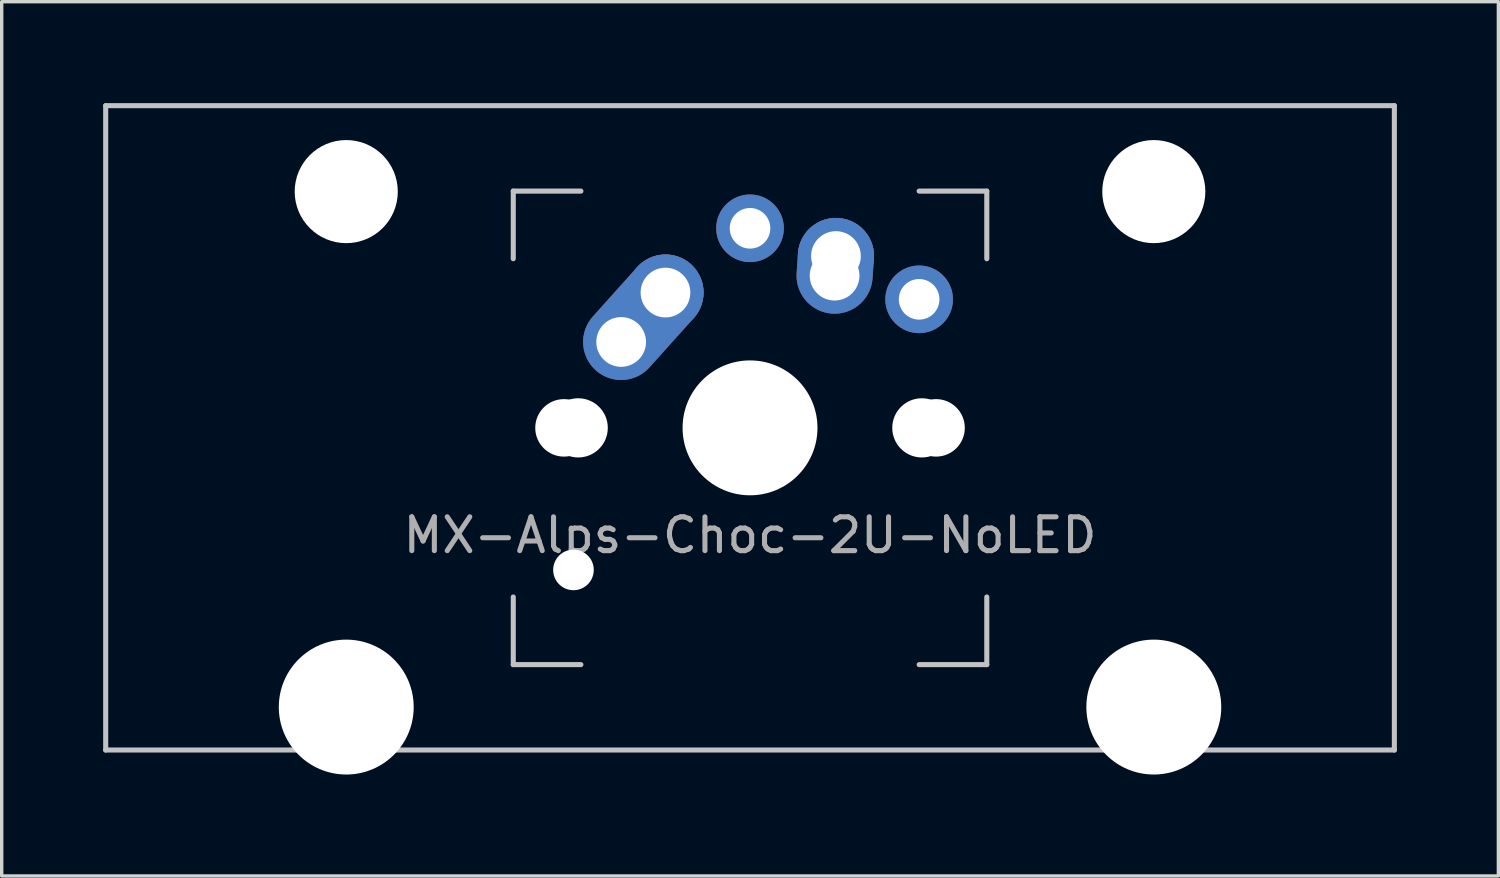
<source format=kicad_pcb>
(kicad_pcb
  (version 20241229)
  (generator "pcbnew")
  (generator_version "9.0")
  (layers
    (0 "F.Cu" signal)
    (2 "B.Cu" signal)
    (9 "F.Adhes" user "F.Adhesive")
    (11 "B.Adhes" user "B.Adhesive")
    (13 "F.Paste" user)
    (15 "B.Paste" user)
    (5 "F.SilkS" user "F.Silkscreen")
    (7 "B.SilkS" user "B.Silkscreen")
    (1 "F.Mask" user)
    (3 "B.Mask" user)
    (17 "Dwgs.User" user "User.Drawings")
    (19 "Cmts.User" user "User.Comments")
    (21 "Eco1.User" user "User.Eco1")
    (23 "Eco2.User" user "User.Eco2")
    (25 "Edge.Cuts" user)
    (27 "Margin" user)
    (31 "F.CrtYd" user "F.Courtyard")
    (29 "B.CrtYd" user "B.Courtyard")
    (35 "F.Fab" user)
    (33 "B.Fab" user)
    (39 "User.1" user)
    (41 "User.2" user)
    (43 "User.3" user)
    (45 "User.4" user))
  (footprint "MX-Alps-Choc-2U-NoLED"
    (layer "F.Cu")
    (at 19.125 9.6)
    (property "Reference" "MX-Alps-Choc-2U-NoLED" (at 0 3.175 0) (layer "F.Fab") (effects (font (size 1 1) (thickness 0.15))))
    (attr through_hole)
    (fp_line (start -19.05 -9.525) (end 19.05 -9.525) (stroke (width 0.15) (type solid)) (layer "Dwgs.User"))
    (fp_line (start -19.05 9.525) (end -19.05 -9.525) (stroke (width 0.15) (type solid)) (layer "Dwgs.User"))
    (fp_line (start -7 -7) (end -7 -5) (stroke (width 0.15) (type solid)) (layer "Dwgs.User"))
    (fp_line (start -7 5) (end -7 7) (stroke (width 0.15) (type solid)) (layer "Dwgs.User"))
    (fp_line (start -7 7) (end -5 7) (stroke (width 0.15) (type solid)) (layer "Dwgs.User"))
    (fp_line (start -5 -7) (end -7 -7) (stroke (width 0.15) (type solid)) (layer "Dwgs.User"))
    (fp_line (start 5 -7) (end 7 -7) (stroke (width 0.15) (type solid)) (layer "Dwgs.User"))
    (fp_line (start 5 7) (end 7 7) (stroke (width 0.15) (type solid)) (layer "Dwgs.User"))
    (fp_line (start 7 -7) (end 7 -5) (stroke (width 0.15) (type solid)) (layer "Dwgs.User"))
    (fp_line (start 7 7) (end 7 5) (stroke (width 0.15) (type solid)) (layer "Dwgs.User"))
    (fp_line (start 19.05 -9.525) (end 19.05 9.525) (stroke (width 0.15) (type solid)) (layer "Dwgs.User"))
    (fp_line (start 19.05 9.525) (end -19.05 9.525) (stroke (width 0.15) (type solid)) (layer "Dwgs.User"))
    (pad "" np_thru_hole circle (at -11.938 -6.985) (size 3.048 3.048) (drill 3.048) (layers "*.Cu" "*.Mask"))
    (pad "" np_thru_hole circle (at -11.938 8.255) (size 3.988 3.988) (drill 3.988) (layers "*.Cu" "*.Mask"))
    (pad "" np_thru_hole circle (at -5.5 0 48.1) (size 1.7 1.7) (drill 1.7) (layers "*.Cu" "*.Mask"))
    (pad "" np_thru_hole circle (at -5.22 4.2 48.1) (size 1.2 1.2) (drill 1.2) (layers "*.Cu" "*.Mask"))
    (pad "" np_thru_hole circle (at -5.08 0 48.1) (size 1.75 1.75) (drill 1.75) (layers "*.Cu" "*.Mask"))
    (pad "" np_thru_hole circle (at 0 0) (size 3.988 3.988) (drill 3.988) (layers "*.Cu" "*.Mask"))
    (pad "" np_thru_hole circle (at 5.08 0 48.1) (size 1.75 1.75) (drill 1.75) (layers "*.Cu" "*.Mask"))
    (pad "" np_thru_hole circle (at 5.5 0 48.1) (size 1.7 1.7) (drill 1.7) (layers "*.Cu" "*.Mask"))
    (pad "" np_thru_hole circle (at 11.938 -6.985) (size 3.048 3.048) (drill 3.048) (layers "*.Cu" "*.Mask"))
    (pad "" np_thru_hole circle (at 11.938 8.255) (size 3.988 3.988) (drill 3.988) (layers "*.Cu" "*.Mask"))
    (pad "1" thru_hole oval (at -3.81 -2.54 48.1) (size 4.212 2.25) (drill 1.47 (offset 0.981 0)) (layers "*.Cu" "*.Mask"))
    (pad "1" thru_hole circle (at -2.5 -4) (size 2.25 2.25) (drill 1.47) (layers "*.Cu" "*.Mask"))
    (pad "1" thru_hole circle (at 0 -5.9) (size 2 2) (drill 1.2) (layers "*.Cu" "*.Mask"))
    (pad "2" thru_hole oval (at 2.5 -4.5 86.1) (size 2.831 2.25) (drill 1.47 (offset 0.291 0)) (layers "*.Cu" "*.Mask"))
    (pad "2" thru_hole circle (at 2.54 -5.08) (size 2.25 2.25) (drill 1.47) (layers "*.Cu" "*.Mask"))
    (pad "2" thru_hole circle (at 5 -3.8) (size 2 2) (drill 1.2) (layers "*.Cu" "*.Mask")))
  (gr_rect
    (start -3 -3)
    (end 41.25 22.849)
    (stroke (width 0.1) (type default))
    (fill no)
    (layer "Edge.Cuts")))
</source>
